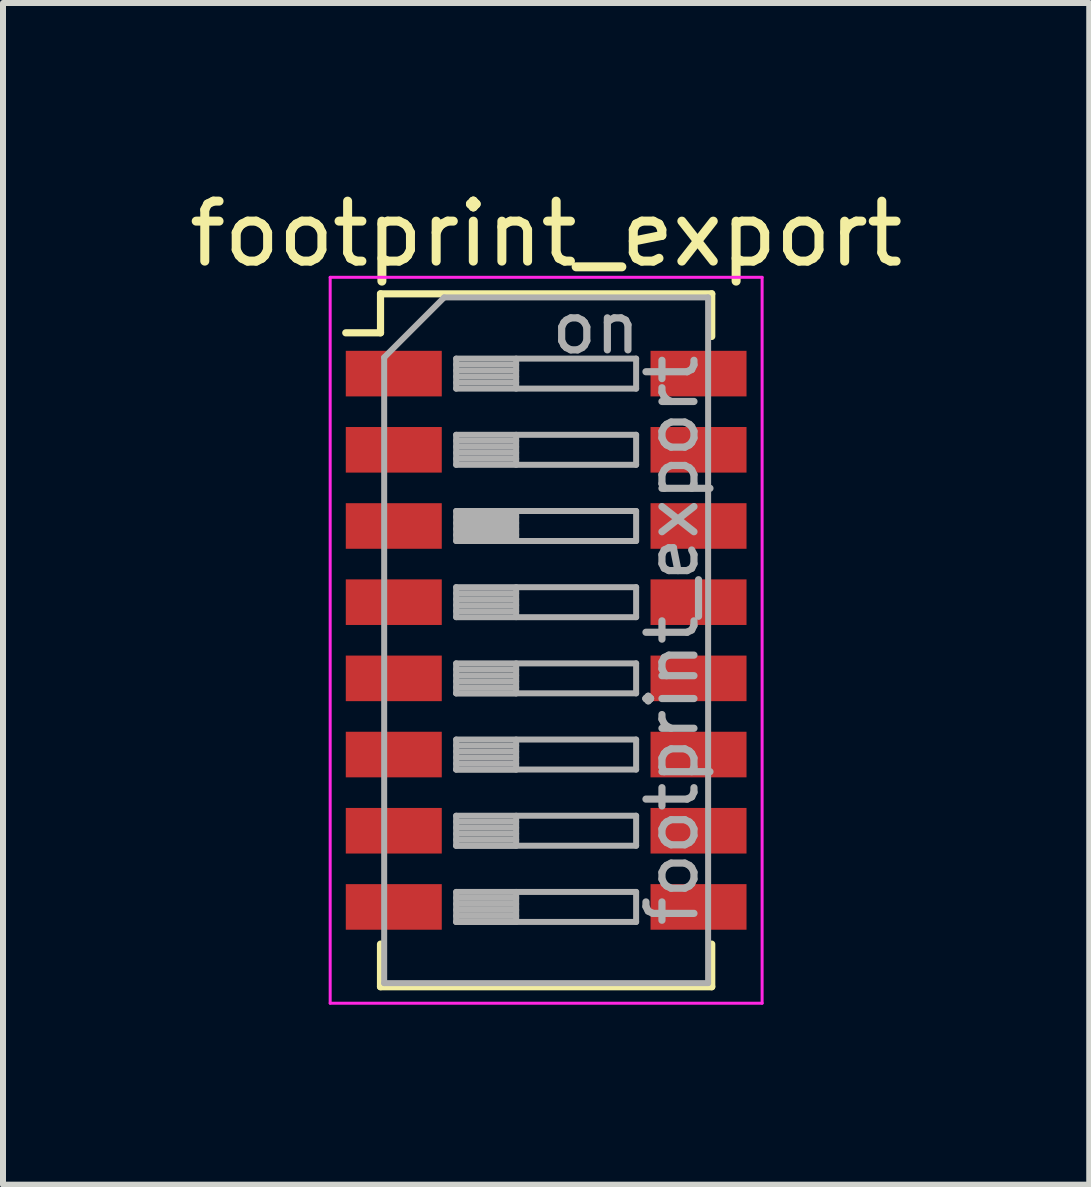
<source format=kicad_pcb>
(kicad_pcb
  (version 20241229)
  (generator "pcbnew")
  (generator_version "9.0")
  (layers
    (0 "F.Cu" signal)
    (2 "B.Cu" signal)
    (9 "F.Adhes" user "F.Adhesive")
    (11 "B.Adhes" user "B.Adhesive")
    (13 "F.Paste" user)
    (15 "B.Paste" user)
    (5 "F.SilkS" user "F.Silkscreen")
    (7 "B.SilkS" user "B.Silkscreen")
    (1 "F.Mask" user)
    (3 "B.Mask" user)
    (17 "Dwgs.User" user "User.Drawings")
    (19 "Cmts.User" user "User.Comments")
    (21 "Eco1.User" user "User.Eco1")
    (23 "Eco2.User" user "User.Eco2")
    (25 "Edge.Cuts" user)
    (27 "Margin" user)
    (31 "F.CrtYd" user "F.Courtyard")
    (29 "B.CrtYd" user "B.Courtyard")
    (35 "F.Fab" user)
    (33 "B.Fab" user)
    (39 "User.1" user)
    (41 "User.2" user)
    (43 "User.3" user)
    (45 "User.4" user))
  (footprint "footprint_export"
    (layer "F.Cu")
    (at 6.054 7.623)
    (property "Reference" "footprint_export" (at 0 -6.775 0) (layer "F.SilkS") (effects (font (size 1 1) (thickness 0.15))))
    (attr smd)
    (fp_line (start -3.34 -5.125) (end -2.761 -5.125) (stroke (width 0.12) (type solid)) (layer "F.SilkS"))
    (fp_line (start -2.761 -5.775) (end -2.761 -5.125) (stroke (width 0.12) (type solid)) (layer "F.SilkS"))
    (fp_line (start -2.761 -5.775) (end 2.76 -5.775) (stroke (width 0.12) (type solid)) (layer "F.SilkS"))
    (fp_line (start -2.761 5.065) (end -2.761 5.775) (stroke (width 0.12) (type solid)) (layer "F.SilkS"))
    (fp_line (start -2.761 5.775) (end 2.76 5.775) (stroke (width 0.12) (type solid)) (layer "F.SilkS"))
    (fp_line (start 2.76 -5.775) (end 2.76 -5.065) (stroke (width 0.12) (type solid)) (layer "F.SilkS"))
    (fp_line (start 2.76 5.065) (end 2.76 5.775) (stroke (width 0.12) (type solid)) (layer "F.SilkS"))
    (fp_line (start -3.6 -6.05) (end -3.6 6.05) (stroke (width 0.05) (type solid)) (layer "F.CrtYd"))
    (fp_line (start -3.6 6.05) (end 3.6 6.05) (stroke (width 0.05) (type solid)) (layer "F.CrtYd"))
    (fp_line (start 3.6 -6.05) (end -3.6 -6.05) (stroke (width 0.05) (type solid)) (layer "F.CrtYd"))
    (fp_line (start 3.6 6.05) (end 3.6 -6.05) (stroke (width 0.05) (type solid)) (layer "F.CrtYd"))
    (fp_line (start -2.7 -4.715) (end -1.7 -5.715) (stroke (width 0.1) (type solid)) (layer "F.Fab"))
    (fp_line (start -2.7 5.715) (end -2.7 -4.715) (stroke (width 0.1) (type solid)) (layer "F.Fab"))
    (fp_line (start -1.7 -5.715) (end 2.7 -5.715) (stroke (width 0.1) (type solid)) (layer "F.Fab"))
    (fp_line (start -1.5 -4.695) (end -1.5 -4.195) (stroke (width 0.1) (type solid)) (layer "F.Fab"))
    (fp_line (start -1.5 -4.595) (end -0.5 -4.595) (stroke (width 0.1) (type solid)) (layer "F.Fab"))
    (fp_line (start -1.5 -4.495) (end -0.5 -4.495) (stroke (width 0.1) (type solid)) (layer "F.Fab"))
    (fp_line (start -1.5 -4.395) (end -0.5 -4.395) (stroke (width 0.1) (type solid)) (layer "F.Fab"))
    (fp_line (start -1.5 -4.295) (end -0.5 -4.295) (stroke (width 0.1) (type solid)) (layer "F.Fab"))
    (fp_line (start -1.5 -4.195) (end 1.5 -4.195) (stroke (width 0.1) (type solid)) (layer "F.Fab"))
    (fp_line (start -1.5 -3.425) (end -1.5 -2.925) (stroke (width 0.1) (type solid)) (layer "F.Fab"))
    (fp_line (start -1.5 -3.325) (end -0.5 -3.325) (stroke (width 0.1) (type solid)) (layer "F.Fab"))
    (fp_line (start -1.5 -3.225) (end -0.5 -3.225) (stroke (width 0.1) (type solid)) (layer "F.Fab"))
    (fp_line (start -1.5 -3.125) (end -0.5 -3.125) (stroke (width 0.1) (type solid)) (layer "F.Fab"))
    (fp_line (start -1.5 -3.025) (end -0.5 -3.025) (stroke (width 0.1) (type solid)) (layer "F.Fab"))
    (fp_line (start -1.5 -2.925) (end 1.5 -2.925) (stroke (width 0.1) (type solid)) (layer "F.Fab"))
    (fp_line (start -1.5 -2.155) (end -1.5 -1.655) (stroke (width 0.1) (type solid)) (layer "F.Fab"))
    (fp_line (start -1.5 -2.055) (end -0.5 -2.055) (stroke (width 0.1) (type solid)) (layer "F.Fab"))
    (fp_line (start -1.5 -1.955) (end -0.5 -1.955) (stroke (width 0.1) (type solid)) (layer "F.Fab"))
    (fp_line (start -1.5 -1.855) (end -0.5 -1.855) (stroke (width 0.1) (type solid)) (layer "F.Fab"))
    (fp_line (start -1.5 -1.755) (end -0.5 -1.755) (stroke (width 0.1) (type solid)) (layer "F.Fab"))
    (fp_line (start -1.5 -1.655) (end 1.5 -1.655) (stroke (width 0.1) (type solid)) (layer "F.Fab"))
    (fp_line (start -1.5 -0.885) (end -1.5 -0.385) (stroke (width 0.1) (type solid)) (layer "F.Fab"))
    (fp_line (start -1.5 -0.785) (end -0.5 -0.785) (stroke (width 0.1) (type solid)) (layer "F.Fab"))
    (fp_line (start -1.5 -0.685) (end -0.5 -0.685) (stroke (width 0.1) (type solid)) (layer "F.Fab"))
    (fp_line (start -1.5 -0.585) (end -0.5 -0.585) (stroke (width 0.1) (type solid)) (layer "F.Fab"))
    (fp_line (start -1.5 -0.485) (end -0.5 -0.485) (stroke (width 0.1) (type solid)) (layer "F.Fab"))
    (fp_line (start -1.5 -0.385) (end 1.5 -0.385) (stroke (width 0.1) (type solid)) (layer "F.Fab"))
    (fp_line (start -1.5 0.385) (end -1.5 0.885) (stroke (width 0.1) (type solid)) (layer "F.Fab"))
    (fp_line (start -1.5 0.485) (end -0.5 0.485) (stroke (width 0.1) (type solid)) (layer "F.Fab"))
    (fp_line (start -1.5 0.585) (end -0.5 0.585) (stroke (width 0.1) (type solid)) (layer "F.Fab"))
    (fp_line (start -1.5 0.685) (end -0.5 0.685) (stroke (width 0.1) (type solid)) (layer "F.Fab"))
    (fp_line (start -1.5 0.785) (end -0.5 0.785) (stroke (width 0.1) (type solid)) (layer "F.Fab"))
    (fp_line (start -1.5 0.885) (end -0.5 0.885) (stroke (width 0.1) (type solid)) (layer "F.Fab"))
    (fp_line (start -1.5 0.885) (end 1.5 0.885) (stroke (width 0.1) (type solid)) (layer "F.Fab"))
    (fp_line (start -1.5 1.655) (end -1.5 2.155) (stroke (width 0.1) (type solid)) (layer "F.Fab"))
    (fp_line (start -1.5 1.755) (end -0.5 1.755) (stroke (width 0.1) (type solid)) (layer "F.Fab"))
    (fp_line (start -1.5 1.855) (end -0.5 1.855) (stroke (width 0.1) (type solid)) (layer "F.Fab"))
    (fp_line (start -1.5 1.955) (end -0.5 1.955) (stroke (width 0.1) (type solid)) (layer "F.Fab"))
    (fp_line (start -1.5 2.055) (end -0.5 2.055) (stroke (width 0.1) (type solid)) (layer "F.Fab"))
    (fp_line (start -1.5 2.155) (end -0.5 2.155) (stroke (width 0.1) (type solid)) (layer "F.Fab"))
    (fp_line (start -1.5 2.155) (end 1.5 2.155) (stroke (width 0.1) (type solid)) (layer "F.Fab"))
    (fp_line (start -1.5 2.925) (end -1.5 3.425) (stroke (width 0.1) (type solid)) (layer "F.Fab"))
    (fp_line (start -1.5 3.025) (end -0.5 3.025) (stroke (width 0.1) (type solid)) (layer "F.Fab"))
    (fp_line (start -1.5 3.125) (end -0.5 3.125) (stroke (width 0.1) (type solid)) (layer "F.Fab"))
    (fp_line (start -1.5 3.225) (end -0.5 3.225) (stroke (width 0.1) (type solid)) (layer "F.Fab"))
    (fp_line (start -1.5 3.325) (end -0.5 3.325) (stroke (width 0.1) (type solid)) (layer "F.Fab"))
    (fp_line (start -1.5 3.425) (end -0.5 3.425) (stroke (width 0.1) (type solid)) (layer "F.Fab"))
    (fp_line (start -1.5 3.425) (end 1.5 3.425) (stroke (width 0.1) (type solid)) (layer "F.Fab"))
    (fp_line (start -1.5 4.195) (end -1.5 4.695) (stroke (width 0.1) (type solid)) (layer "F.Fab"))
    (fp_line (start -1.5 4.295) (end -0.5 4.295) (stroke (width 0.1) (type solid)) (layer "F.Fab"))
    (fp_line (start -1.5 4.395) (end -0.5 4.395) (stroke (width 0.1) (type solid)) (layer "F.Fab"))
    (fp_line (start -1.5 4.495) (end -0.5 4.495) (stroke (width 0.1) (type solid)) (layer "F.Fab"))
    (fp_line (start -1.5 4.595) (end -0.5 4.595) (stroke (width 0.1) (type solid)) (layer "F.Fab"))
    (fp_line (start -1.5 4.695) (end -0.5 4.695) (stroke (width 0.1) (type solid)) (layer "F.Fab"))
    (fp_line (start -1.5 4.695) (end 1.5 4.695) (stroke (width 0.1) (type solid)) (layer "F.Fab"))
    (fp_line (start -0.5 -4.695) (end -0.5 -4.195) (stroke (width 0.1) (type solid)) (layer "F.Fab"))
    (fp_line (start -0.5 -3.425) (end -0.5 -2.925) (stroke (width 0.1) (type solid)) (layer "F.Fab"))
    (fp_line (start -0.5 -2.155) (end -0.5 -1.655) (stroke (width 0.1) (type solid)) (layer "F.Fab"))
    (fp_line (start -0.5 -0.885) (end -0.5 -0.385) (stroke (width 0.1) (type solid)) (layer "F.Fab"))
    (fp_line (start -0.5 0.385) (end -0.5 0.885) (stroke (width 0.1) (type solid)) (layer "F.Fab"))
    (fp_line (start -0.5 1.655) (end -0.5 2.155) (stroke (width 0.1) (type solid)) (layer "F.Fab"))
    (fp_line (start -0.5 2.925) (end -0.5 3.425) (stroke (width 0.1) (type solid)) (layer "F.Fab"))
    (fp_line (start -0.5 4.195) (end -0.5 4.695) (stroke (width 0.1) (type solid)) (layer "F.Fab"))
    (fp_line (start 1.5 -4.695) (end -1.5 -4.695) (stroke (width 0.1) (type solid)) (layer "F.Fab"))
    (fp_line (start 1.5 -4.195) (end 1.5 -4.695) (stroke (width 0.1) (type solid)) (layer "F.Fab"))
    (fp_line (start 1.5 -3.425) (end -1.5 -3.425) (stroke (width 0.1) (type solid)) (layer "F.Fab"))
    (fp_line (start 1.5 -2.925) (end 1.5 -3.425) (stroke (width 0.1) (type solid)) (layer "F.Fab"))
    (fp_line (start 1.5 -2.155) (end -1.5 -2.155) (stroke (width 0.1) (type solid)) (layer "F.Fab"))
    (fp_line (start 1.5 -1.655) (end 1.5 -2.155) (stroke (width 0.1) (type solid)) (layer "F.Fab"))
    (fp_line (start 1.5 -0.885) (end -1.5 -0.885) (stroke (width 0.1) (type solid)) (layer "F.Fab"))
    (fp_line (start 1.5 -0.385) (end 1.5 -0.885) (stroke (width 0.1) (type solid)) (layer "F.Fab"))
    (fp_line (start 1.5 0.385) (end -1.5 0.385) (stroke (width 0.1) (type solid)) (layer "F.Fab"))
    (fp_line (start 1.5 0.885) (end 1.5 0.385) (stroke (width 0.1) (type solid)) (layer "F.Fab"))
    (fp_line (start 1.5 1.655) (end -1.5 1.655) (stroke (width 0.1) (type solid)) (layer "F.Fab"))
    (fp_line (start 1.5 2.155) (end 1.5 1.655) (stroke (width 0.1) (type solid)) (layer "F.Fab"))
    (fp_line (start 1.5 2.925) (end -1.5 2.925) (stroke (width 0.1) (type solid)) (layer "F.Fab"))
    (fp_line (start 1.5 3.425) (end 1.5 2.925) (stroke (width 0.1) (type solid)) (layer "F.Fab"))
    (fp_line (start 1.5 4.195) (end -1.5 4.195) (stroke (width 0.1) (type solid)) (layer "F.Fab"))
    (fp_line (start 1.5 4.695) (end 1.5 4.195) (stroke (width 0.1) (type solid)) (layer "F.Fab"))
    (fp_line (start 2.7 -5.715) (end 2.7 5.715) (stroke (width 0.1) (type solid)) (layer "F.Fab"))
    (fp_line (start 2.7 5.715) (end -2.7 5.715) (stroke (width 0.1) (type solid)) (layer "F.Fab"))
    (fp_text user "${REFERENCE}" (at 2.1 0 90) (layer "F.Fab") (effects (font (size 0.8 0.8) (thickness 0.12))))
    (fp_text user "on" (at 0.83 -5.205 0) (layer "F.Fab") (effects (font (size 0.8 0.8) (thickness 0.12))))
    (pad "1" smd rect (at -2.54 -4.445) (size 1.6 0.76) (layers "F.Cu" "F.Mask" "F.Paste"))
    (pad "2" smd rect (at -2.54 -3.175) (size 1.6 0.76) (layers "F.Cu" "F.Mask" "F.Paste"))
    (pad "3" smd rect (at -2.54 -1.905) (size 1.6 0.76) (layers "F.Cu" "F.Mask" "F.Paste"))
    (pad "4" smd rect (at -2.54 -0.635) (size 1.6 0.76) (layers "F.Cu" "F.Mask" "F.Paste"))
    (pad "5" smd rect (at -2.54 0.635) (size 1.6 0.76) (layers "F.Cu" "F.Mask" "F.Paste"))
    (pad "6" smd rect (at -2.54 1.905) (size 1.6 0.76) (layers "F.Cu" "F.Mask" "F.Paste"))
    (pad "7" smd rect (at -2.54 3.175) (size 1.6 0.76) (layers "F.Cu" "F.Mask" "F.Paste"))
    (pad "8" smd rect (at -2.54 4.445) (size 1.6 0.76) (layers "F.Cu" "F.Mask" "F.Paste"))
    (pad "9" smd rect (at 2.54 4.445) (size 1.6 0.76) (layers "F.Cu" "F.Mask" "F.Paste"))
    (pad "10" smd rect (at 2.54 3.175) (size 1.6 0.76) (layers "F.Cu" "F.Mask" "F.Paste"))
    (pad "11" smd rect (at 2.54 1.905) (size 1.6 0.76) (layers "F.Cu" "F.Mask" "F.Paste"))
    (pad "12" smd rect (at 2.54 0.635) (size 1.6 0.76) (layers "F.Cu" "F.Mask" "F.Paste"))
    (pad "13" smd rect (at 2.54 -0.635) (size 1.6 0.76) (layers "F.Cu" "F.Mask" "F.Paste"))
    (pad "14" smd rect (at 2.54 -1.905) (size 1.6 0.76) (layers "F.Cu" "F.Mask" "F.Paste"))
    (pad "15" smd rect (at 2.54 -3.175) (size 1.6 0.76) (layers "F.Cu" "F.Mask" "F.Paste"))
    (pad "16" smd rect (at 2.54 -4.445) (size 1.6 0.76) (layers "F.Cu" "F.Mask" "F.Paste")))
  (gr_rect
    (start -3 -3)
    (end 15.107 16.698)
    (stroke (width 0.1) (type default))
    (fill no)
    (layer "Edge.Cuts")))
</source>
